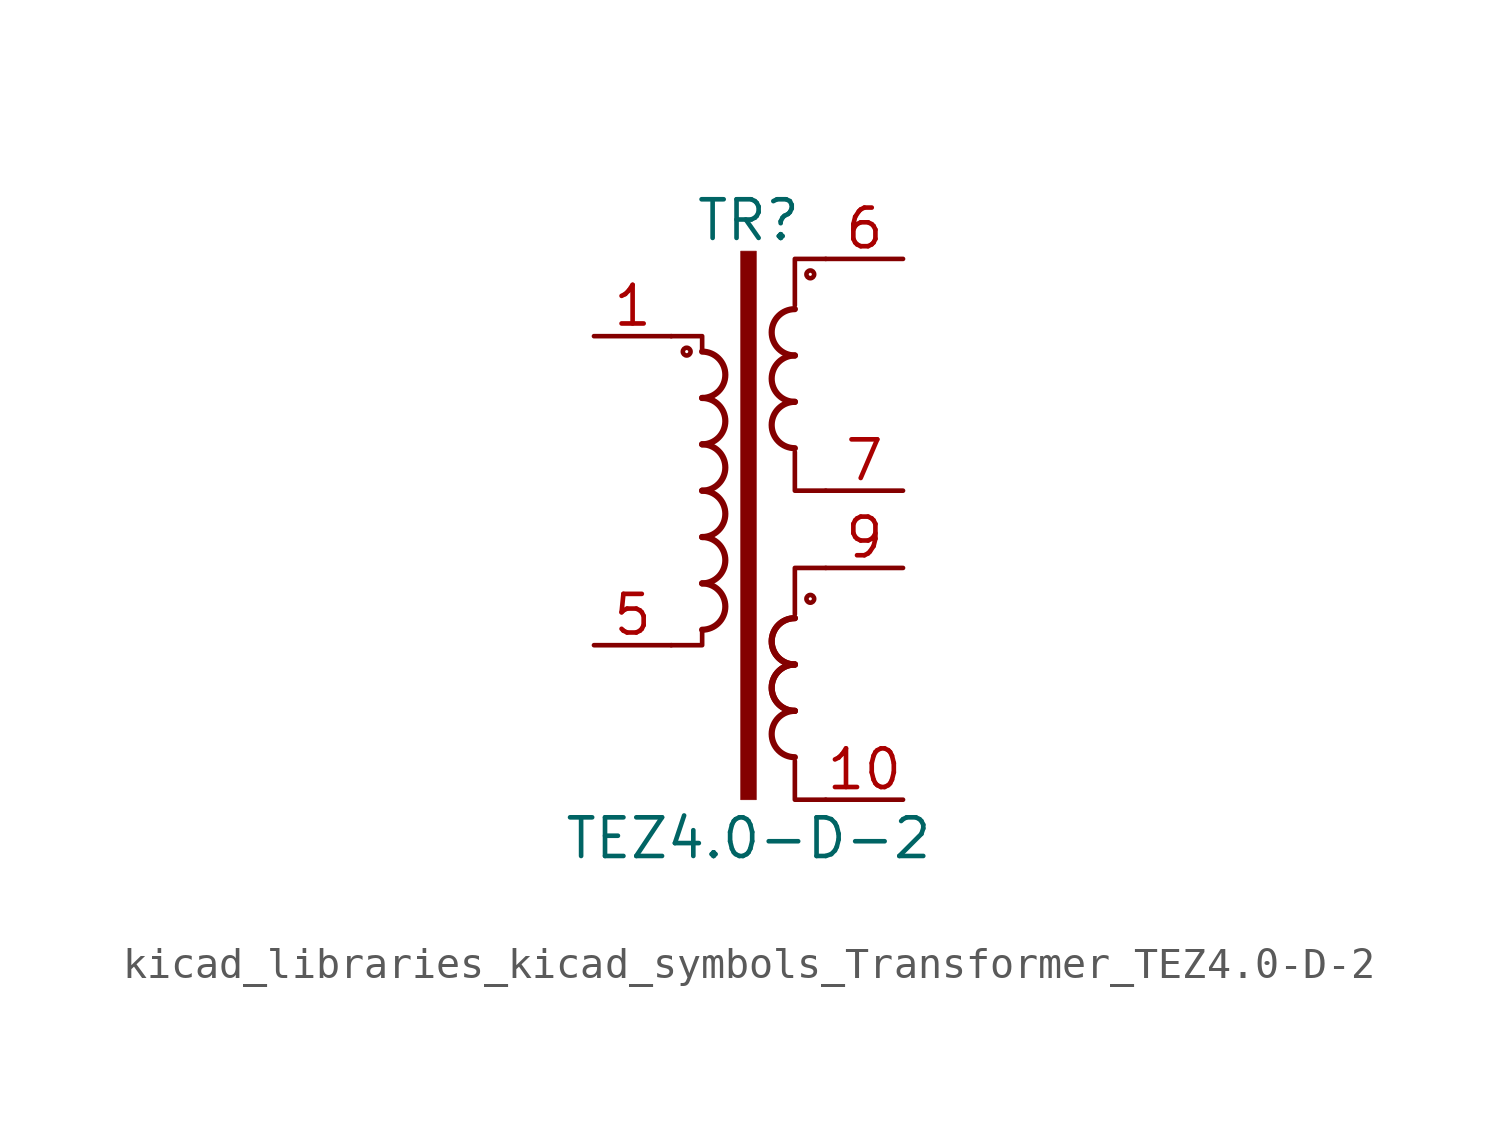
<source format=kicad_sym>
(kicad_symbol_lib
  (version 20220914)
  (generator kicad_symbol_editor)
  (symbol "kicad_libraries_kicad_symbols_Transformer_TEZ4.0-D-2"
    (pin_names
      (offset 0.025))
    (property "Reference" "TR"
      (at 0 8.89 0)
      (effects (font (size 1.27 1.27))))
    (property "Value" "TEZ4.0-D-2"
      (at 0 -11.43 0)
      (effects (font (size 1.27 1.27))))
    (symbol "kicad_libraries_kicad_symbols_Transformer_TEZ4.0-D-2_0_1"
      (circle (center -2.032 4.572) (radius 0.127) (stroke (width 0) (type default)) (fill (type none)))
      (arc (start -1.524 -4.572) (mid -0.7653 -3.81) (end -1.524 -3.048) (stroke (width 0.2032) (type default)) (fill (type none)))
      (arc (start -1.524 -3.048) (mid -0.7653 -2.286) (end -1.524 -1.524) (stroke (width 0.2032) (type default)) (fill (type none)))
      (arc (start -1.524 -1.524) (mid -0.7653 -0.762) (end -1.524 0) (stroke (width 0.2032) (type default)) (fill (type none)))
      (arc (start -1.524 0) (mid -0.7653 0.762) (end -1.524 1.524) (stroke (width 0.2032) (type default)) (fill (type none)))
      (arc (start -1.524 1.524) (mid -0.7653 2.286) (end -1.524 3.048) (stroke (width 0.2032) (type default)) (fill (type none)))
      (arc (start -1.524 3.048) (mid -0.7653 3.81) (end -1.524 4.572) (stroke (width 0.2032) (type default)) (fill (type none)))
      (rectangle (start -0.254 7.874) (end 0.254 -10.16) (stroke (width 0.025) (type default)) (fill (type outline)))
      (polyline (pts (xy -1.524 -4.572) (xy -1.524 -5.08) (xy -2.54 -5.08)) (stroke (width 0) (type default)) (fill (type none)))
      (polyline (pts (xy -1.524 4.572) (xy -1.524 5.08) (xy -2.54 5.08)) (stroke (width 0) (type default)) (fill (type none)))
      (polyline (pts (xy 1.524 -8.89) (xy 1.524 -10.16) (xy 2.54 -10.16)) (stroke (width 0) (type default)) (fill (type none)))
      (polyline (pts (xy 2.54 -2.54) (xy 1.524 -2.54) (xy 1.524 -4.064)) (stroke (width 0) (type default)) (fill (type none)))
      (polyline (pts (xy 2.54 0) (xy 1.524 0) (xy 1.524 1.27)) (stroke (width 0) (type default)) (fill (type none)))
      (polyline (pts (xy 2.54 7.62) (xy 1.524 7.62) (xy 1.524 6.096)) (stroke (width 0) (type default)) (fill (type none)))
      (arc (start 1.524 -7.239) (mid 0.7653 -8.001) (end 1.524 -8.763) (stroke (width 0.2032) (type default)) (fill (type none)))
      (arc (start 1.524 -5.715) (mid 0.7653 -6.477) (end 1.524 -7.239) (stroke (width 0.2032) (type default)) (fill (type none)))
      (arc (start 1.524 -5.715) (mid 0.7653 -6.477) (end 1.524 -7.239) (stroke (width 0.2032) (type default)) (fill (type none)))
      (arc (start 1.524 -4.191) (mid 0.7653 -4.953) (end 1.524 -5.715) (stroke (width 0.2032) (type default)) (fill (type none)))
      (arc (start 1.524 -4.191) (mid 0.7653 -4.953) (end 1.524 -5.715) (stroke (width 0.2032) (type default)) (fill (type none)))
      (arc (start 1.524 2.921) (mid 0.7653 2.159) (end 1.524 1.397) (stroke (width 0.2032) (type default)) (fill (type none)))
      (arc (start 1.524 4.445) (mid 0.7653 3.683) (end 1.524 2.921) (stroke (width 0.2032) (type default)) (fill (type none)))
      (arc (start 1.524 5.969) (mid 0.7653 5.207) (end 1.524 4.445) (stroke (width 0.2032) (type default)) (fill (type none)))
      (circle (center 2.032 -3.556) (radius 0.127) (stroke (width 0) (type default)) (fill (type none)))
      (circle (center 2.032 7.112) (radius 0.127) (stroke (width 0) (type default)) (fill (type none))))
    (symbol "kicad_libraries_kicad_symbols_Transformer_TEZ4.0-D-2_1_1"
      (pin passive line (at -5.08 5.08 0) (length 2.54) (name "~" (effects (font (size 1.27 1.27)))) (number "1" (effects (font (size 1.27 1.27)))))
      (pin passive line (at 5.08 -10.16 180) (length 2.54) (name "~" (effects (font (size 1.27 1.27)))) (number "10" (effects (font (size 1.27 1.27)))))
      (pin passive line (at -5.08 -5.08 0) (length 2.54) (name "~" (effects (font (size 1.27 1.27)))) (number "5" (effects (font (size 1.27 1.27)))))
      (pin passive line (at 5.08 7.62 180) (length 2.54) (name "~" (effects (font (size 1.27 1.27)))) (number "6" (effects (font (size 1.27 1.27)))))
      (pin passive line (at 5.08 0 180) (length 2.54) (name "~" (effects (font (size 1.27 1.27)))) (number "7" (effects (font (size 1.27 1.27)))))
      (pin passive line (at 5.08 -2.54 180) (length 2.54) (name "~" (effects (font (size 1.27 1.27)))) (number "9" (effects (font (size 1.27 1.27))))))))
</source>
